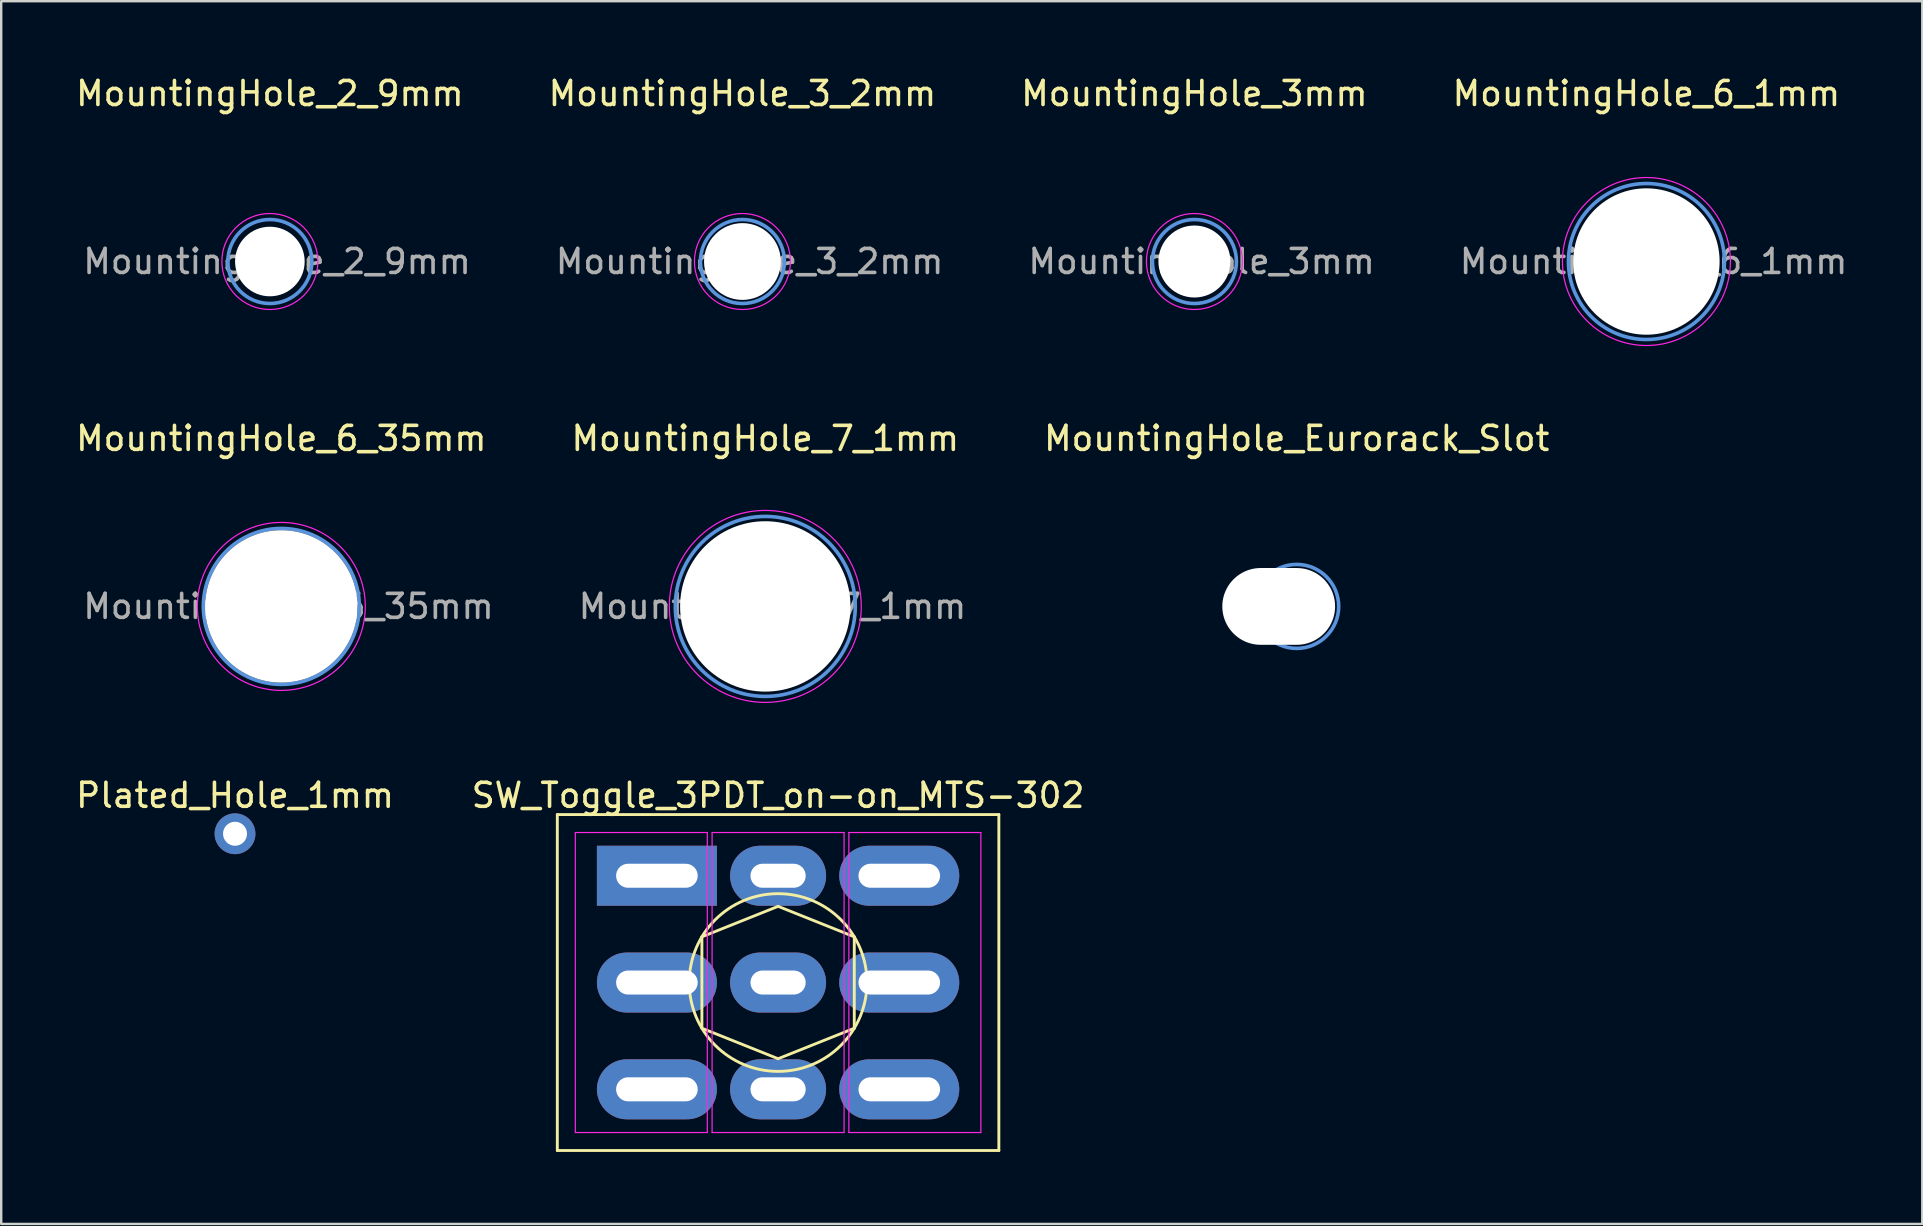
<source format=kicad_pcb>
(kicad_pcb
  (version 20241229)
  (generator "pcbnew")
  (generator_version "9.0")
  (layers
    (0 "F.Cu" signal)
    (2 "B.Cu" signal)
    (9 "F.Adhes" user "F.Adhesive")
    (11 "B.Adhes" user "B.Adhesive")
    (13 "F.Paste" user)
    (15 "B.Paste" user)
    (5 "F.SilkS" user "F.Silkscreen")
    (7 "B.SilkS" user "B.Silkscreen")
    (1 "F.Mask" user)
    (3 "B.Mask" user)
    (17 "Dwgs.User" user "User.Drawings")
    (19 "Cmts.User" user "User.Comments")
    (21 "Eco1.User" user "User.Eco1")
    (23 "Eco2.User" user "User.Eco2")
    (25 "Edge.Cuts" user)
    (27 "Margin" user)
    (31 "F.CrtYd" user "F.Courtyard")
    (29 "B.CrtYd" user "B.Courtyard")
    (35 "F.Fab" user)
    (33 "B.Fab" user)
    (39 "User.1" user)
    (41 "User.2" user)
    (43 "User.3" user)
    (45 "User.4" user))
  (footprint "MountingHole_6_35mm"
    (layer "F.Cu")
    (at 8.673 22.221)
    (property "Reference" "MountingHole_6_35mm" (at 0 -7 0) (layer "F.SilkS") (effects (font (size 1 1) (thickness 0.15))))
    (attr exclude_from_pos_files exclude_from_bom)
    (fp_circle (center 0 0) (end 3.25 0) (stroke (width 0.15) (type solid)) (fill no) (layer "Cmts.User"))
    (fp_circle (center 0 0) (end 3.5 0) (stroke (width 0.05) (type solid)) (fill no) (layer "F.CrtYd"))
    (fp_text user "${REFERENCE}" (at 0.3 0 0) (layer "F.Fab") (effects (font (size 1 1) (thickness 0.15))))
    (pad "" np_thru_hole circle (at 0 0) (size 6.35 6.35) (drill 6.35) (layers "*.Cu" "*.Mask")))
  (footprint "Plated_Hole_1mm"
    (layer "F.Cu")
    (at 6.744 31.695)
    (property "Reference" "Plated_Hole_1mm" (at 0 -1.6 0) (layer "F.SilkS") (effects (font (size 1 1) (thickness 0.15))))
    (attr through_hole)
    (pad "1" thru_hole circle (at 0 0) (size 1.7 1.7) (drill 1) (layers "*.Cu" "*.Mask")))
  (footprint "SW_Toggle_3PDT_on-on_MTS-302"
    (layer "F.Cu")
    (at 29.375 37.895)
    (property "Reference" "SW_Toggle_3PDT_on-on_MTS-302" (at 0 -7.8 0) (layer "F.SilkS") (effects (font (size 1 1) (thickness 0.15))))
    (attr through_hole)
    (fp_line (start -9.2 -7) (end 9.2 -7) (stroke (width 0.12) (type solid)) (layer "F.SilkS"))
    (fp_line (start -9.2 7) (end -9.2 -7) (stroke (width 0.12) (type solid)) (layer "F.SilkS"))
    (fp_line (start -3.175 -1.905) (end 0 -3.175) (stroke (width 0.12) (type solid)) (layer "F.SilkS"))
    (fp_line (start -3.175 1.905) (end -3.175 -1.905) (stroke (width 0.12) (type solid)) (layer "F.SilkS"))
    (fp_line (start 0 -3.175) (end 3.175 -1.905) (stroke (width 0.12) (type solid)) (layer "F.SilkS"))
    (fp_line (start 0 3.175) (end -3.175 1.905) (stroke (width 0.12) (type solid)) (layer "F.SilkS"))
    (fp_line (start 3.175 -1.905) (end 3.175 1.905) (stroke (width 0.12) (type solid)) (layer "F.SilkS"))
    (fp_line (start 3.175 1.905) (end 0 3.175) (stroke (width 0.12) (type solid)) (layer "F.SilkS"))
    (fp_line (start 9.2 -7) (end 9.2 7) (stroke (width 0.12) (type solid)) (layer "F.SilkS"))
    (fp_line (start 9.2 7) (end -9.2 7) (stroke (width 0.12) (type solid)) (layer "F.SilkS"))
    (fp_circle (center 0 0) (end -3.175 1.905) (stroke (width 0.12) (type solid)) (fill no) (layer "F.SilkS"))
    (fp_line (start -1.372 -4.902) (end 1.422 -4.902) (stroke (width 0.12) (type solid)) (layer "Eco2.User"))
    (fp_line (start -1.372 -4.013) (end -1.372 -4.902) (stroke (width 0.12) (type solid)) (layer "Eco2.User"))
    (fp_line (start -1.372 -0.457) (end 1.422 -0.457) (stroke (width 0.12) (type solid)) (layer "Eco2.User"))
    (fp_line (start -1.372 0.432) (end -1.372 -0.457) (stroke (width 0.12) (type solid)) (layer "Eco2.User"))
    (fp_line (start -1.372 4.013) (end 1.422 4.013) (stroke (width 0.12) (type solid)) (layer "Eco2.User"))
    (fp_line (start -1.372 4.902) (end -1.372 4.013) (stroke (width 0.12) (type solid)) (layer "Eco2.User"))
    (fp_line (start 1.422 -4.902) (end 1.422 -4.013) (stroke (width 0.12) (type solid)) (layer "Eco2.User"))
    (fp_line (start 1.422 -4.013) (end -1.372 -4.013) (stroke (width 0.12) (type solid)) (layer "Eco2.User"))
    (fp_line (start 1.422 -0.457) (end 1.422 0.432) (stroke (width 0.12) (type solid)) (layer "Eco2.User"))
    (fp_line (start 1.422 0.432) (end -1.372 0.432) (stroke (width 0.12) (type solid)) (layer "Eco2.User"))
    (fp_line (start 1.422 4.013) (end 1.422 4.877) (stroke (width 0.12) (type solid)) (layer "Eco2.User"))
    (fp_line (start 1.422 4.877) (end -1.372 4.902) (stroke (width 0.12) (type solid)) (layer "Eco2.User"))
    (fp_line (start -8.45 -6.25) (end -2.95 -6.25) (stroke (width 0.05) (type solid)) (layer "F.CrtYd"))
    (fp_line (start -8.45 6.25) (end -8.45 -6.25) (stroke (width 0.05) (type solid)) (layer "F.CrtYd"))
    (fp_line (start -2.95 -6.25) (end -2.95 6.25) (stroke (width 0.05) (type solid)) (layer "F.CrtYd"))
    (fp_line (start -2.95 6.25) (end -8.45 6.25) (stroke (width 0.05) (type solid)) (layer "F.CrtYd"))
    (fp_line (start -2.75 -6.25) (end 2.75 -6.25) (stroke (width 0.05) (type solid)) (layer "F.CrtYd"))
    (fp_line (start -2.75 6.25) (end -2.75 -6.25) (stroke (width 0.05) (type solid)) (layer "F.CrtYd"))
    (fp_line (start 2.75 -6.25) (end 2.75 6.25) (stroke (width 0.05) (type solid)) (layer "F.CrtYd"))
    (fp_line (start 2.75 6.25) (end -2.75 6.25) (stroke (width 0.05) (type solid)) (layer "F.CrtYd"))
    (fp_line (start 2.95 -6.25) (end 8.45 -6.25) (stroke (width 0.05) (type solid)) (layer "F.CrtYd"))
    (fp_line (start 2.95 6.25) (end 2.95 -6.25) (stroke (width 0.05) (type solid)) (layer "F.CrtYd"))
    (fp_line (start 8.45 -6.25) (end 8.45 6.25) (stroke (width 0.05) (type solid)) (layer "F.CrtYd"))
    (fp_line (start 8.45 6.25) (end 2.95 6.25) (stroke (width 0.05) (type solid)) (layer "F.CrtYd"))
    (pad "1" thru_hole rect (at -5.05 -4.45 270) (size 2.5 5) (drill oval 1 3.4) (layers "*.Cu" "*.Mask"))
    (pad "2" thru_hole oval (at -5.05 0 270) (size 2.5 5) (drill oval 1 3.4) (layers "*.Cu" "*.Mask"))
    (pad "3" thru_hole oval (at -5.05 4.45 270) (size 2.5 5) (drill oval 1 3.4) (layers "*.Cu" "*.Mask"))
    (pad "4" thru_hole oval (at 0 -4.45 270) (size 2.5 4) (drill oval 1 2.3) (layers "*.Cu" "*.Mask"))
    (pad "5" thru_hole oval (at 0 0 270) (size 2.5 4) (drill oval 1 2.3) (layers "*.Cu" "*.Mask"))
    (pad "6" thru_hole oval (at 0 4.45 270) (size 2.5 4) (drill oval 1 2.3) (layers "*.Cu" "*.Mask"))
    (pad "7" thru_hole oval (at 5.05 -4.45 270) (size 2.5 5) (drill oval 1 3.4) (layers "*.Cu" "*.Mask"))
    (pad "8" thru_hole oval (at 5.05 0 270) (size 2.5 5) (drill oval 1 3.4) (layers "*.Cu" "*.Mask"))
    (pad "9" thru_hole oval (at 5.05 4.45 270) (size 2.5 5) (drill oval 1 3.4) (layers "*.Cu" "*.Mask")))
  (footprint "MountingHole_6_1mm"
    (layer "F.Cu")
    (at 65.561 7.848)
    (property "Reference" "MountingHole_6_1mm" (at 0 -7 0) (layer "F.SilkS") (effects (font (size 1 1) (thickness 0.15))))
    (attr exclude_from_pos_files exclude_from_bom)
    (fp_circle (center 0 0) (end 3.25 0) (stroke (width 0.15) (type solid)) (fill no) (layer "Cmts.User"))
    (fp_circle (center 0 0) (end 3.5 0) (stroke (width 0.05) (type solid)) (fill no) (layer "F.CrtYd"))
    (fp_text user "${REFERENCE}" (at 0.3 0 0) (layer "F.Fab") (effects (font (size 1 1) (thickness 0.15))))
    (pad "" np_thru_hole circle (at 0 0) (size 6.1 6.1) (drill 6.1) (layers "*.Cu" "*.Mask")))
  (footprint "MountingHole_7_1mm"
    (layer "F.Cu")
    (at 28.842 22.221)
    (property "Reference" "MountingHole_7_1mm" (at 0 -7 0) (layer "F.SilkS") (effects (font (size 1 1) (thickness 0.15))))
    (attr exclude_from_pos_files exclude_from_bom)
    (fp_circle (center 0 0) (end 3.75 0) (stroke (width 0.15) (type solid)) (fill no) (layer "Cmts.User"))
    (fp_circle (center 0 0) (end 4 0) (stroke (width 0.05) (type solid)) (fill no) (layer "F.CrtYd"))
    (fp_text user "${REFERENCE}" (at 0.3 0 0) (layer "F.Fab") (effects (font (size 1 1) (thickness 0.15))))
    (pad "" np_thru_hole circle (at 0 0) (size 7.1 7.1) (drill 7.1) (layers "*.Cu" "*.Mask")))
  (footprint "MountingHole_3mm"
    (layer "F.Cu")
    (at 46.725 7.848)
    (property "Reference" "MountingHole_3mm" (at 0 -7 0) (layer "F.SilkS") (effects (font (size 1 1) (thickness 0.15))))
    (attr exclude_from_pos_files exclude_from_bom)
    (fp_circle (center 0 0) (end 1.75 0) (stroke (width 0.15) (type solid)) (fill no) (layer "Cmts.User"))
    (fp_circle (center 0 0) (end 2 0) (stroke (width 0.05) (type solid)) (fill no) (layer "F.CrtYd"))
    (fp_text user "${REFERENCE}" (at 0.3 0 0) (layer "F.Fab") (effects (font (size 1 1) (thickness 0.15))))
    (pad "" np_thru_hole circle (at 0 0) (size 3 3) (drill 3) (layers "*.Cu" "*.Mask")))
  (footprint "MountingHole_3_2mm"
    (layer "F.Cu")
    (at 27.889 7.848)
    (property "Reference" "MountingHole_3_2mm" (at 0 -7 0) (layer "F.SilkS") (effects (font (size 1 1) (thickness 0.15))))
    (attr exclude_from_pos_files exclude_from_bom)
    (fp_circle (center 0 0) (end 1.75 0) (stroke (width 0.15) (type solid)) (fill no) (layer "Cmts.User"))
    (fp_circle (center 0 0) (end 2 0) (stroke (width 0.05) (type solid)) (fill no) (layer "F.CrtYd"))
    (fp_text user "${REFERENCE}" (at 0.3 0 0) (layer "F.Fab") (effects (font (size 1 1) (thickness 0.15))))
    (pad "" np_thru_hole circle (at 0 0) (size 3.2 3.2) (drill 3.2) (layers "*.Cu" "*.Mask")))
  (footprint "MountingHole_Eurorack_Slot"
    (layer "F.Cu")
    (at 50.987 22.221)
    (property "Reference" "MountingHole_Eurorack_Slot" (at 0 -7 0) (layer "F.SilkS") (effects (font (size 1 1) (thickness 0.15))))
    (attr exclude_from_pos_files exclude_from_bom)
    (fp_circle (center 0 0) (end 1.75 0) (stroke (width 0.15) (type solid)) (fill no) (layer "Cmts.User"))
    (pad "" np_thru_hole oval (at -0.75 0) (size 4.7 3.2) (drill oval 4.7 3.2) (layers "*.Cu" "*.Mask")))
  (footprint "MountingHole_2_9mm"
    (layer "F.Cu")
    (at 8.196 7.848)
    (property "Reference" "MountingHole_2_9mm" (at 0 -7 0) (layer "F.SilkS") (effects (font (size 1 1) (thickness 0.15))))
    (attr exclude_from_pos_files exclude_from_bom)
    (fp_circle (center 0 0) (end 1.75 0) (stroke (width 0.15) (type solid)) (fill no) (layer "Cmts.User"))
    (fp_circle (center 0 0) (end 2 0) (stroke (width 0.05) (type solid)) (fill no) (layer "F.CrtYd"))
    (fp_text user "${REFERENCE}" (at 0.3 0 0) (layer "F.Fab") (effects (font (size 1 1) (thickness 0.15))))
    (pad "" np_thru_hole circle (at 0 0) (size 2.9 2.9) (drill 2.9) (layers "*.Cu" "*.Mask")))
  (gr_rect
    (start -3 -3)
    (end 77.057 47.955)
    (stroke (width 0.1) (type default))
    (fill no)
    (layer "Edge.Cuts")))
</source>
